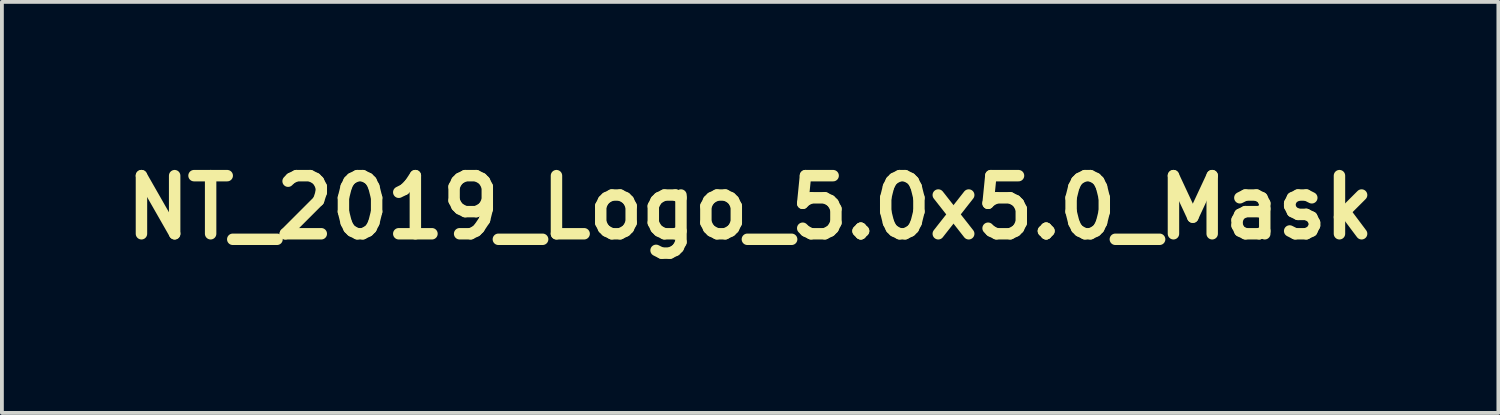
<source format=kicad_pcb>
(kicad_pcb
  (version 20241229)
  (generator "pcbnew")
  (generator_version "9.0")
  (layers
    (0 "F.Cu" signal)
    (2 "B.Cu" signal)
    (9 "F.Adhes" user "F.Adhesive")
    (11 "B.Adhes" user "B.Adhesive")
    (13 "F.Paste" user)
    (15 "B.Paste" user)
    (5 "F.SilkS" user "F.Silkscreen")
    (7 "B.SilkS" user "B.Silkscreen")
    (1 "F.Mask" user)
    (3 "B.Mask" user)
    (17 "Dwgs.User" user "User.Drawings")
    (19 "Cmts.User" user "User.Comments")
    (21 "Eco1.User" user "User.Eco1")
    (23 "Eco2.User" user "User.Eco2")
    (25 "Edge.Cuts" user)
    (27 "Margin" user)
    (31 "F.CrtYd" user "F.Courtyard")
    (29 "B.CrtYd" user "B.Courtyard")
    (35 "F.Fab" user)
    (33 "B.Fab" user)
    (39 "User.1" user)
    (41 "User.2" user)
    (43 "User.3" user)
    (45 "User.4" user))
  (footprint "NT_2019_Logo_5.0x5.0_Mask"
    (layer "F.Cu")
    (at 16.626 2.392)
    (property "Reference" "NT_2019_Logo_5.0x5.0_Mask" (at 0 0 0) (layer "F.SilkS") (effects (font (size 1.524 1.524) (thickness 0.3))))
    (attr through_hole)
    (fp_poly (pts (xy -1.482 1.073) (xy -1.493 1.084) (xy -1.505 1.073) (xy -1.493 1.062) (xy -1.482 1.073)) (stroke (width 0.01) (type solid)) (fill yes) (layer "F.Mask"))
    (fp_poly (pts (xy 1.195 1.405) (xy 1.184 1.416) (xy 1.173 1.405) (xy 1.184 1.394) (xy 1.195 1.405)) (stroke (width 0.01) (type solid)) (fill yes) (layer "F.Mask"))
    (fp_poly (pts (xy 1.195 1.449) (xy 1.184 1.46) (xy 1.173 1.449) (xy 1.184 1.438) (xy 1.195 1.449)) (stroke (width 0.01) (type solid)) (fill yes) (layer "F.Mask"))
    (fp_poly (pts (xy 1.195 1.493) (xy 1.184 1.505) (xy 1.173 1.493) (xy 1.184 1.482) (xy 1.195 1.493)) (stroke (width 0.01) (type solid)) (fill yes) (layer "F.Mask"))
    (fp_poly (pts (xy 1.195 1.538) (xy 1.184 1.549) (xy 1.173 1.538) (xy 1.184 1.527) (xy 1.195 1.538)) (stroke (width 0.01) (type solid)) (fill yes) (layer "F.Mask"))
    (fp_poly (pts (xy 1.217 1.825) (xy 1.206 1.836) (xy 1.195 1.825) (xy 1.206 1.814) (xy 1.217 1.825)) (stroke (width 0.01) (type solid)) (fill yes) (layer "F.Mask"))
    (fp_poly (pts (xy 1.217 1.87) (xy 1.206 1.881) (xy 1.195 1.87) (xy 1.206 1.859) (xy 1.217 1.87)) (stroke (width 0.01) (type solid)) (fill yes) (layer "F.Mask"))
    (fp_poly (pts (xy 1.217 1.914) (xy 1.206 1.925) (xy 1.195 1.914) (xy 1.206 1.903) (xy 1.217 1.914)) (stroke (width 0.01) (type solid)) (fill yes) (layer "F.Mask"))
    (fp_poly (pts (xy 1.217 1.958) (xy 1.206 1.969) (xy 1.195 1.958) (xy 1.206 1.947) (xy 1.217 1.958)) (stroke (width 0.01) (type solid)) (fill yes) (layer "F.Mask"))
    (fp_poly (pts (xy 1.239 1.56) (xy 1.228 1.571) (xy 1.217 1.56) (xy 1.228 1.549) (xy 1.239 1.56)) (stroke (width 0.01) (type solid)) (fill yes) (layer "F.Mask"))
    (fp_poly (pts (xy 1.239 1.604) (xy 1.228 1.615) (xy 1.217 1.604) (xy 1.228 1.593) (xy 1.239 1.604)) (stroke (width 0.01) (type solid)) (fill yes) (layer "F.Mask"))
    (fp_poly (pts (xy 1.239 1.648) (xy 1.228 1.659) (xy 1.217 1.648) (xy 1.228 1.637) (xy 1.239 1.648)) (stroke (width 0.01) (type solid)) (fill yes) (layer "F.Mask"))
    (fp_poly (pts (xy 1.261 2.024) (xy 1.25 2.036) (xy 1.239 2.024) (xy 1.25 2.013) (xy 1.261 2.024)) (stroke (width 0.01) (type solid)) (fill yes) (layer "F.Mask"))
    (fp_poly (pts (xy 1.261 2.069) (xy 1.25 2.08) (xy 1.239 2.069) (xy 1.25 2.058) (xy 1.261 2.069)) (stroke (width 0.01) (type solid)) (fill yes) (layer "F.Mask"))
    (fp_poly (pts (xy 1.261 2.113) (xy 1.25 2.124) (xy 1.239 2.113) (xy 1.25 2.102) (xy 1.261 2.113)) (stroke (width 0.01) (type solid)) (fill yes) (layer "F.Mask"))
    (fp_poly (pts (xy 1.165 -2.006) (xy 1.162 -1.993) (xy 1.151 -1.991) (xy 1.132 -1.999) (xy 1.136 -2.006) (xy 1.162 -2.009) (xy 1.165 -2.006)) (stroke (width 0.01) (type solid)) (fill yes) (layer "F.Mask"))
    (fp_poly (pts (xy 0.641 0.703) (xy 0.642 0.708) (xy 0.625 0.729) (xy 0.618 0.73) (xy 0.605 0.717) (xy 0.608 0.708) (xy 0.628 0.687) (xy 0.632 0.686) (xy 0.641 0.703)) (stroke (width 0.01) (type solid)) (fill yes) (layer "F.Mask"))
    (fp_poly (pts (xy 1.319 -2.132) (xy 1.294 -2.102) (xy 1.261 -2.069) (xy 1.243 -2.058) (xy 1.248 -2.071) (xy 1.272 -2.102) (xy 1.305 -2.135) (xy 1.323 -2.146) (xy 1.319 -2.132)) (stroke (width 0.01) (type solid)) (fill yes) (layer "F.Mask"))
    (fp_poly (pts (xy -0.939 1.3) (xy -0.986 1.35) (xy -1.011 1.37) (xy -1.018 1.365) (xy -1.018 1.365) (xy -1.003 1.347) (xy -0.966 1.311) (xy -0.946 1.293) (xy -0.874 1.228) (xy -0.939 1.3)) (stroke (width 0.01) (type solid)) (fill yes) (layer "F.Mask"))
    (fp_poly (pts (xy -0.414 0.766) (xy -0.409 0.795) (xy -0.424 0.829) (xy -0.444 0.841) (xy -0.471 0.825) (xy -0.474 0.821) (xy -0.471 0.795) (xy -0.447 0.77) (xy -0.42 0.762) (xy -0.414 0.766)) (stroke (width 0.01) (type solid)) (fill yes) (layer "F.Mask"))
    (fp_poly (pts (xy -0.708 1.209) (xy -0.667 1.247) (xy -0.62 1.294) (xy -0.571 1.345) (xy -0.54 1.381) (xy -0.533 1.394) (xy -0.553 1.379) (xy -0.594 1.341) (xy -0.642 1.294) (xy -0.69 1.243) (xy -0.721 1.207) (xy -0.728 1.195) (xy -0.708 1.209)) (stroke (width 0.01) (type solid)) (fill yes) (layer "F.Mask"))
    (fp_poly (pts (xy -0.629 0.965) (xy -0.657 0.999) (xy -0.664 1.007) (xy -0.702 1.044) (xy -0.725 1.062) (xy -0.727 1.062) (xy -0.721 1.048) (xy -0.693 1.014) (xy -0.686 1.007) (xy -0.648 0.969) (xy -0.624 0.952) (xy -0.623 0.951) (xy -0.629 0.965)) (stroke (width 0.01) (type solid)) (fill yes) (layer "F.Mask"))
    (fp_poly (pts (xy 1.849 1.85) (xy 1.818 1.886) (xy 1.792 1.914) (xy 1.746 1.959) (xy 1.714 1.987) (xy 1.706 1.991) (xy 1.713 1.977) (xy 1.744 1.941) (xy 1.77 1.914) (xy 1.816 1.869) (xy 1.848 1.841) (xy 1.856 1.836) (xy 1.849 1.85)) (stroke (width 0.01) (type solid)) (fill yes) (layer "F.Mask"))
    (fp_poly (pts (xy 1.587 -1.87) (xy 1.68 -1.78) (xy 1.744 -1.717) (xy 1.785 -1.675) (xy 1.806 -1.651) (xy 1.812 -1.64) (xy 1.808 -1.637) (xy 1.792 -1.652) (xy 1.75 -1.693) (xy 1.688 -1.755) (xy 1.613 -1.832) (xy 1.582 -1.864) (xy 1.361 -2.091) (xy 1.587 -1.87)) (stroke (width 0.01) (type solid)) (fill yes) (layer "F.Mask"))
    (fp_poly (pts (xy -1.535 0.4) (xy -1.516 0.415) (xy -1.441 0.479) (xy -1.368 0.546) (xy -1.302 0.611) (xy -1.252 0.666) (xy -1.223 0.704) (xy -1.219 0.718) (xy -1.238 0.707) (xy -1.281 0.67) (xy -1.342 0.612) (xy -1.416 0.539) (xy -1.428 0.526) (xy -1.503 0.449) (xy -1.545 0.403) (xy -1.556 0.386) (xy -1.535 0.4)) (stroke (width 0.01) (type solid)) (fill yes) (layer "F.Mask"))
    (fp_poly (pts (xy -1.13 0.811) (xy -1.087 0.851) (xy -1.027 0.909) (xy -0.974 0.962) (xy -0.907 1.03) (xy -0.856 1.085) (xy -0.825 1.119) (xy -0.82 1.128) (xy -0.839 1.114) (xy -0.882 1.074) (xy -0.942 1.015) (xy -0.996 0.962) (xy -1.062 0.895) (xy -1.113 0.84) (xy -1.144 0.806) (xy -1.149 0.797) (xy -1.13 0.811)) (stroke (width 0.01) (type solid)) (fill yes) (layer "F.Mask"))
    (fp_poly (pts (xy -0.074 -0.077) (xy -0.009 -0.044) (xy 0.021 0.01) (xy 0.013 0.081) (xy -0.001 0.112) (xy -0.022 0.137) (xy -0.061 0.15) (xy -0.128 0.155) (xy -0.156 0.155) (xy -0.231 0.153) (xy -0.275 0.145) (xy -0.3 0.125) (xy -0.315 0.098) (xy -0.329 0.044) (xy -0.314 -0.007) (xy -0.308 -0.019) (xy -0.279 -0.056) (xy -0.238 -0.076) (xy -0.168 -0.084) (xy -0.074 -0.077)) (stroke (width 0.01) (type solid)) (fill yes) (layer "F.Mask"))
    (fp_poly (pts (xy -0.619 -1.216) (xy -0.608 -1.173) (xy -0.621 -1.127) (xy -0.658 -1.11) (xy -0.705 -1.118) (xy -0.722 -1.138) (xy -0.724 -1.165) (xy -0.704 -1.165) (xy -0.7 -1.134) (xy -0.671 -1.132) (xy -0.637 -1.154) (xy -0.631 -1.173) (xy -0.644 -1.201) (xy -0.673 -1.203) (xy -0.699 -1.18) (xy -0.704 -1.165) (xy -0.724 -1.165) (xy -0.726 -1.193) (xy -0.7 -1.228) (xy -0.658 -1.235) (xy -0.619 -1.216)) (stroke (width 0.01) (type solid)) (fill yes) (layer "F.Mask"))
    (fp_poly (pts (xy -1.947 1.894) (xy -1.899 1.927) (xy -1.869 1.976) (xy -1.866 2.032) (xy -1.891 2.079) (xy -1.95 2.117) (xy -2.016 2.119) (xy -2.067 2.089) (xy -2.097 2.032) (xy -2.07 2.032) (xy -2.043 2.063) (xy -2.002 2.065) (xy -1.96 2.043) (xy -1.933 2.001) (xy -1.929 1.984) (xy -1.93 1.941) (xy -1.956 1.926) (xy -1.976 1.925) (xy -2.036 1.941) (xy -2.07 1.982) (xy -2.07 2.032) (xy -2.097 2.032) (xy -2.098 2.031) (xy -2.092 1.965) (xy -2.057 1.913) (xy -2.002 1.887) (xy -1.947 1.894)) (stroke (width 0.01) (type solid)) (fill yes) (layer "F.Mask"))
    (fp_poly (pts (xy -1.937 -2.087) (xy -1.887 -2.04) (xy -1.883 -2.033) (xy -1.863 -1.986) (xy -1.869 -1.949) (xy -1.888 -1.916) (xy -1.94 -1.87) (xy -2.003 -1.86) (xy -2.063 -1.889) (xy -2.067 -1.893) (xy -2.098 -1.952) (xy -2.095 -1.987) (xy -2.075 -1.987) (xy -2.069 -1.947) (xy -2.033 -1.925) (xy -1.985 -1.929) (xy -1.945 -1.954) (xy -1.935 -1.972) (xy -1.936 -2.022) (xy -1.964 -2.06) (xy -2.008 -2.071) (xy -2.02 -2.067) (xy -2.056 -2.035) (xy -2.075 -1.987) (xy -2.095 -1.987) (xy -2.093 -2.018) (xy -2.059 -2.067) (xy -1.999 -2.097) (xy -1.937 -2.087)) (stroke (width 0.01) (type solid)) (fill yes) (layer "F.Mask"))
    (fp_poly (pts (xy 2.049 1.888) (xy 2.089 1.915) (xy 2.117 1.967) (xy 2.122 2.032) (xy 2.106 2.088) (xy 2.097 2.097) (xy 2.044 2.123) (xy 1.981 2.119) (xy 1.926 2.087) (xy 1.914 2.072) (xy 1.904 2.042) (xy 1.928 2.042) (xy 1.95 2.056) (xy 1.984 2.054) (xy 2.032 2.039) (xy 2.052 1.999) (xy 2.054 1.984) (xy 2.054 1.94) (xy 2.032 1.927) (xy 1.998 1.929) (xy 1.951 1.944) (xy 1.931 1.984) (xy 1.929 1.998) (xy 1.928 2.042) (xy 1.904 2.042) (xy 1.893 2.009) (xy 1.905 1.952) (xy 1.941 1.907) (xy 1.992 1.883) (xy 2.049 1.888)) (stroke (width 0.01) (type solid)) (fill yes) (layer "F.Mask"))
    (fp_poly (pts (xy 2.069 -2.084) (xy 2.109 -2.038) (xy 2.122 -1.979) (xy 2.104 -1.919) (xy 2.084 -1.895) (xy 2.023 -1.862) (xy 1.964 -1.873) (xy 1.925 -1.903) (xy 1.892 -1.95) (xy 1.884 -1.976) (xy 1.925 -1.976) (xy 1.932 -1.938) (xy 1.961 -1.927) (xy 1.986 -1.929) (xy 2.033 -1.945) (xy 2.052 -1.987) (xy 2.054 -1.997) (xy 2.047 -2.052) (xy 2.026 -2.071) (xy 1.978 -2.07) (xy 1.941 -2.035) (xy 1.925 -1.978) (xy 1.925 -1.976) (xy 1.884 -1.976) (xy 1.881 -1.988) (xy 1.9 -2.04) (xy 1.947 -2.083) (xy 2.005 -2.102) (xy 2.008 -2.102) (xy 2.069 -2.084)) (stroke (width 0.01) (type solid)) (fill yes) (layer "F.Mask"))
    (fp_poly (pts (xy -0.28 -2.387) (xy -0.028 -2.386) (xy 0.225 -2.385) (xy 0.476 -2.383) (xy 0.721 -2.381) (xy 0.955 -2.379) (xy 1.174 -2.376) (xy 1.374 -2.372) (xy 1.551 -2.368) (xy 1.702 -2.364) (xy 1.82 -2.36) (xy 1.904 -2.355) (xy 1.948 -2.35) (xy 1.951 -2.349) (xy 2.1 -2.278) (xy 2.223 -2.176) (xy 2.312 -2.048) (xy 2.378 -1.917) (xy 2.385 -0.035) (xy 2.386 0.31) (xy 2.387 0.614) (xy 2.387 0.879) (xy 2.387 1.109) (xy 2.386 1.306) (xy 2.384 1.473) (xy 2.381 1.614) (xy 2.376 1.73) (xy 2.37 1.825) (xy 2.362 1.902) (xy 2.352 1.963) (xy 2.34 2.012) (xy 2.326 2.051) (xy 2.308 2.083) (xy 2.289 2.112) (xy 2.266 2.139) (xy 2.239 2.169) (xy 2.232 2.177) (xy 2.153 2.249) (xy 2.06 2.311) (xy 2.031 2.326) (xy 1.914 2.378) (xy 0.044 2.383) (xy -0.291 2.383) (xy -0.586 2.384) (xy -0.842 2.384) (xy -1.062 2.383) (xy -1.25 2.383) (xy -1.408 2.381) (xy -1.539 2.38) (xy -1.646 2.378) (xy -1.732 2.375) (xy -1.8 2.371) (xy -1.852 2.367) (xy -1.892 2.362) (xy -1.923 2.357) (xy -1.943 2.352) (xy -2.075 2.291) (xy -2.193 2.196) (xy -2.287 2.076) (xy -2.327 1.996) (xy -2.378 1.87) (xy -2.38 1.443) (xy -2.341 1.443) (xy -2.34 1.623) (xy -2.322 1.792) (xy -2.289 1.941) (xy -2.243 2.059) (xy -2.241 2.063) (xy -2.176 2.159) (xy -2.095 2.232) (xy -1.992 2.285) (xy -1.863 2.32) (xy -1.701 2.339) (xy -1.538 2.344) (xy -1.273 2.345) (xy -1.398 2.22) (xy -1.249 2.22) (xy -1.246 2.255) (xy -1.234 2.289) (xy -1.22 2.283) (xy -1.212 2.27) (xy -1.198 2.222) (xy -1.199 2.201) (xy -1.218 2.182) (xy -1.233 2.186) (xy -1.249 2.22) (xy -1.398 2.22) (xy -1.803 1.814) (xy -2.334 1.283) (xy -2.341 1.443) (xy -2.38 1.443) (xy -2.381 1.24) (xy -2.272 1.24) (xy -2.263 1.263) (xy -2.244 1.285) (xy -2.204 1.329) (xy -2.198 1.318) (xy -2.169 1.318) (xy -1.78 1.705) (xy -1.67 1.815) (xy -1.57 1.917) (xy -1.483 2.008) (xy -1.414 2.081) (xy -1.369 2.132) (xy -1.354 2.152) (xy -1.318 2.213) (xy -1.184 2.079) (xy -1.571 1.693) (xy -1.482 1.693) (xy -1.465 1.736) (xy -1.425 1.776) (xy -1.383 1.792) (xy -1.344 1.778) (xy -1.318 1.757) (xy -1.29 1.717) (xy -1.283 1.693) (xy -1.301 1.649) (xy -1.341 1.609) (xy -1.383 1.593) (xy -1.426 1.611) (xy -1.466 1.651) (xy -1.482 1.693) (xy -1.571 1.693) (xy -1.621 1.643) (xy -1.731 1.533) (xy -1.684 1.533) (xy -1.634 1.585) (xy -1.597 1.621) (xy -1.572 1.637) (xy -1.572 1.637) (xy -1.551 1.622) (xy -1.509 1.583) (xy -1.454 1.528) (xy -1.452 1.525) (xy -1.35 1.525) (xy -1.331 1.548) (xy -1.308 1.559) (xy -1.261 1.594) (xy -1.233 1.654) (xy -1.23 1.721) (xy -1.24 1.751) (xy -1.273 1.798) (xy -1.3 1.822) (xy -1.311 1.839) (xy -1.298 1.867) (xy -1.259 1.914) (xy -1.217 1.958) (xy -1.102 2.075) (xy -1.126 2.189) (xy -1.14 2.258) (xy -1.149 2.309) (xy -1.151 2.325) (xy -1.129 2.33) (xy -1.063 2.333) (xy -0.955 2.337) (xy -0.805 2.339) (xy -0.614 2.341) (xy -0.383 2.342) (xy -0.112 2.342) (xy 0.197 2.341) (xy 0.382 2.34) (xy 0.679 2.339) (xy 0.936 2.338) (xy 1.155 2.337) (xy 1.339 2.335) (xy 1.493 2.334) (xy 1.618 2.332) (xy 1.719 2.329) (xy 1.799 2.326) (xy 1.86 2.322) (xy 1.907 2.318) (xy 1.942 2.312) (xy 1.969 2.305) (xy 1.991 2.298) (xy 2.011 2.289) (xy 2.013 2.288) (xy 2.132 2.211) (xy 2.231 2.103) (xy 2.3 1.977) (xy 2.311 1.944) (xy 2.323 1.884) (xy 2.333 1.802) (xy 2.341 1.706) (xy 2.345 1.606) (xy 2.346 1.51) (xy 2.344 1.427) (xy 2.339 1.367) (xy 2.33 1.338) (xy 2.325 1.338) (xy 2.296 1.336) (xy 2.292 1.33) (xy 2.266 1.327) (xy 2.218 1.343) (xy 2.196 1.354) (xy 2.109 1.381) (xy 1.996 1.392) (xy 1.873 1.386) (xy 1.756 1.364) (xy 1.663 1.33) (xy 1.629 1.316) (xy 1.879 1.316) (xy 1.901 1.319) (xy 1.957 1.321) (xy 1.958 1.321) (xy 2.017 1.32) (xy 2.043 1.316) (xy 2.03 1.312) (xy 1.963 1.308) (xy 1.898 1.311) (xy 1.879 1.316) (xy 1.629 1.316) (xy 1.591 1.3) (xy 2.112 1.3) (xy 2.133 1.304) (xy 2.162 1.3) (xy 2.162 1.292) (xy 2.133 1.287) (xy 2.12 1.29) (xy 2.112 1.3) (xy 1.591 1.3) (xy 1.587 1.298) (xy 1.53 1.295) (xy 1.513 1.299) (xy 1.495 1.308) (xy 1.494 1.321) (xy 1.515 1.341) (xy 1.563 1.372) (xy 1.642 1.417) (xy 1.72 1.46) (xy 1.821 1.515) (xy 1.913 1.562) (xy 1.986 1.596) (xy 2.031 1.614) (xy 2.035 1.615) (xy 2.078 1.631) (xy 2.095 1.657) (xy 2.085 1.698) (xy 2.045 1.757) (xy 1.975 1.838) (xy 1.9 1.916) (xy 1.797 2.017) (xy 1.718 2.083) (xy 1.662 2.117) (xy 1.626 2.119) (xy 1.606 2.09) (xy 1.602 2.056) (xy 1.591 2.014) (xy 1.562 1.945) (xy 1.52 1.856) (xy 1.474 1.768) (xy 1.348 1.538) (xy 1.359 1.704) (xy 1.365 1.804) (xy 1.371 1.927) (xy 1.376 2.051) (xy 1.377 2.091) (xy 1.383 2.312) (xy 1.139 2.312) (xy 1.124 2.113) (xy 1.116 2.009) (xy 1.108 1.878) (xy 1.099 1.739) (xy 1.092 1.626) (xy 1.085 1.511) (xy 1.078 1.437) (xy 1.072 1.409) (xy 1.153 1.409) (xy 1.153 1.462) (xy 1.157 1.54) (xy 1.162 1.646) (xy 1.171 1.786) (xy 1.182 1.964) (xy 1.186 2.041) (xy 1.2 2.257) (xy 1.265 2.257) (xy 1.308 2.254) (xy 1.324 2.236) (xy 1.322 2.191) (xy 1.319 2.174) (xy 1.314 2.124) (xy 1.308 2.039) (xy 1.302 1.929) (xy 1.296 1.804) (xy 1.293 1.715) (xy 1.287 1.589) (xy 1.28 1.479) (xy 1.273 1.391) (xy 1.266 1.335) (xy 1.335 1.335) (xy 1.34 1.358) (xy 1.363 1.411) (xy 1.4 1.488) (xy 1.446 1.579) (xy 1.497 1.676) (xy 1.55 1.773) (xy 1.599 1.861) (xy 1.641 1.931) (xy 1.672 1.977) (xy 1.686 1.991) (xy 1.694 2.004) (xy 1.682 2.024) (xy 1.657 2.057) (xy 1.66 2.059) (xy 1.69 2.033) (xy 1.743 1.981) (xy 1.818 1.906) (xy 1.859 1.864) (xy 1.921 1.8) (xy 1.961 1.757) (xy 1.975 1.74) (xy 1.961 1.75) (xy 1.953 1.758) (xy 1.903 1.801) (xy 1.869 1.823) (xy 1.859 1.823) (xy 1.873 1.793) (xy 1.909 1.752) (xy 1.914 1.748) (xy 1.951 1.709) (xy 1.969 1.683) (xy 1.969 1.682) (xy 1.951 1.666) (xy 1.902 1.634) (xy 1.829 1.591) (xy 1.741 1.541) (xy 1.646 1.489) (xy 1.551 1.437) (xy 1.464 1.392) (xy 1.394 1.358) (xy 1.349 1.337) (xy 1.335 1.335) (xy 1.266 1.335) (xy 1.266 1.335) (xy 1.261 1.316) (xy 1.249 1.294) (xy 1.416 1.294) (xy 1.427 1.305) (xy 1.438 1.294) (xy 1.427 1.283) (xy 1.416 1.294) (xy 1.249 1.294) (xy 1.239 1.276) (xy 1.233 1.261) (xy 1.228 1.255) (xy 1.23 1.286) (xy 1.23 1.289) (xy 1.23 1.333) (xy 1.206 1.349) (xy 1.192 1.35) (xy 1.178 1.349) (xy 1.168 1.35) (xy 1.16 1.357) (xy 1.155 1.375) (xy 1.153 1.409) (xy 1.072 1.409) (xy 1.072 1.405) (xy 1.065 1.412) (xy 1.062 1.427) (xy 1.034 1.533) (xy 0.988 1.621) (xy 0.931 1.678) (xy 0.916 1.686) (xy 0.871 1.699) (xy 0.834 1.683) (xy 0.814 1.665) (xy 0.782 1.606) (xy 0.769 1.522) (xy 0.769 1.514) (xy 0.828 1.514) (xy 0.839 1.588) (xy 0.843 1.597) (xy 0.869 1.647) (xy 0.888 1.596) (xy 0.909 1.563) (xy 0.928 1.559) (xy 0.956 1.555) (xy 0.964 1.546) (xy 0.968 1.53) (xy 0.951 1.538) (xy 0.932 1.543) (xy 0.938 1.515) (xy 0.938 1.514) (xy 0.951 1.471) (xy 0.974 1.471) (xy 0.985 1.482) (xy 0.996 1.471) (xy 0.985 1.46) (xy 0.974 1.471) (xy 0.951 1.471) (xy 0.952 1.467) (xy 0.967 1.397) (xy 0.972 1.366) (xy 0.973 1.359) (xy 0.997 1.359) (xy 1.001 1.388) (xy 1.009 1.388) (xy 1.014 1.358) (xy 1.011 1.346) (xy 1.001 1.337) (xy 0.997 1.359) (xy 0.973 1.359) (xy 0.977 1.294) (xy 0.963 1.261) (xy 0.935 1.269) (xy 0.894 1.318) (xy 0.887 1.33) (xy 0.844 1.423) (xy 0.828 1.514) (xy 0.769 1.514) (xy 0.775 1.429) (xy 0.801 1.341) (xy 0.807 1.329) (xy 0.829 1.283) (xy 0.826 1.265) (xy 0.796 1.261) (xy 0.787 1.261) (xy 0.688 1.243) (xy 0.595 1.195) (xy 0.521 1.125) (xy 0.478 1.043) (xy 0.474 1.026) (xy 0.469 1.007) (xy 0.537 1.007) (xy 0.576 1.063) (xy 0.582 1.069) (xy 0.609 1.096) (xy 0.604 1.096) (xy 0.587 1.084) (xy 0.557 1.063) (xy 0.557 1.068) (xy 0.583 1.099) (xy 0.626 1.132) (xy 0.658 1.134) (xy 0.682 1.132) (xy 0.68 1.142) (xy 0.691 1.154) (xy 0.736 1.158) (xy 0.76 1.158) (xy 0.852 1.154) (xy 0.774 1.171) (xy 0.727 1.183) (xy 0.72 1.189) (xy 0.751 1.191) (xy 0.759 1.192) (xy 0.822 1.186) (xy 0.824 1.185) (xy 0.951 1.185) (xy 0.966 1.224) (xy 0.997 1.239) (xy 1.015 1.213) (xy 1.015 1.213) (xy 1.043 1.213) (xy 1.063 1.238) (xy 1.073 1.239) (xy 1.097 1.224) (xy 1.105 1.174) (xy 1.106 1.157) (xy 1.128 1.157) (xy 1.13 1.238) (xy 1.137 1.284) (xy 1.151 1.303) (xy 1.164 1.305) (xy 1.184 1.299) (xy 1.192 1.274) (xy 1.189 1.221) (xy 1.184 1.178) (xy 1.17 1.089) (xy 1.165 1.073) (xy 1.204 1.073) (xy 1.218 1.125) (xy 1.251 1.209) (xy 1.252 1.212) (xy 1.276 1.26) (xy 1.299 1.272) (xy 1.325 1.262) (xy 1.343 1.251) (xy 1.669 1.251) (xy 1.671 1.261) (xy 1.694 1.28) (xy 1.72 1.283) (xy 1.726 1.275) (xy 1.708 1.26) (xy 1.691 1.253) (xy 1.669 1.251) (xy 1.343 1.251) (xy 1.35 1.247) (xy 1.355 1.228) (xy 1.46 1.228) (xy 1.471 1.239) (xy 1.482 1.228) (xy 1.471 1.217) (xy 1.46 1.228) (xy 1.355 1.228) (xy 1.355 1.227) (xy 1.341 1.191) (xy 1.321 1.155) (xy 1.395 1.155) (xy 1.411 1.166) (xy 1.431 1.184) (xy 1.429 1.191) (xy 1.441 1.202) (xy 1.473 1.206) (xy 1.517 1.193) (xy 1.523 1.178) (xy 1.597 1.178) (xy 1.615 1.218) (xy 1.637 1.23) (xy 1.696 1.239) (xy 1.745 1.254) (xy 1.773 1.271) (xy 1.77 1.283) (xy 1.775 1.29) (xy 1.815 1.292) (xy 1.882 1.289) (xy 1.969 1.281) (xy 2.065 1.27) (xy 2.08 1.267) (xy 2.145 1.259) (xy 2.192 1.253) (xy 2.201 1.252) (xy 2.219 1.236) (xy 2.219 1.228) (xy 2.279 1.228) (xy 2.29 1.239) (xy 2.301 1.228) (xy 2.29 1.217) (xy 2.279 1.228) (xy 2.219 1.228) (xy 2.218 1.187) (xy 2.216 1.177) (xy 2.191 1.15) (xy 2.134 1.121) (xy 2.055 1.095) (xy 1.966 1.075) (xy 1.903 1.068) (xy 1.787 1.067) (xy 1.694 1.083) (xy 1.628 1.113) (xy 1.598 1.156) (xy 1.597 1.178) (xy 1.523 1.178) (xy 1.527 1.169) (xy 1.508 1.133) (xy 1.467 1.114) (xy 1.423 1.118) (xy 1.408 1.129) (xy 1.395 1.155) (xy 1.321 1.155) (xy 1.313 1.14) (xy 1.275 1.083) (xy 1.257 1.064) (xy 1.334 1.064) (xy 1.338 1.086) (xy 1.34 1.091) (xy 1.358 1.118) (xy 1.368 1.118) (xy 1.365 1.095) (xy 1.352 1.078) (xy 1.334 1.064) (xy 1.257 1.064) (xy 1.24 1.047) (xy 1.225 1.04) (xy 1.206 1.047) (xy 1.204 1.073) (xy 1.165 1.073) (xy 1.156 1.041) (xy 1.142 1.034) (xy 1.133 1.069) (xy 1.128 1.146) (xy 1.128 1.157) (xy 1.106 1.157) (xy 1.106 1.156) (xy 1.104 1.104) (xy 1.096 1.091) (xy 1.078 1.109) (xy 1.072 1.116) (xy 1.046 1.168) (xy 1.043 1.213) (xy 1.015 1.213) (xy 1.018 1.189) (xy 1.03 1.132) (xy 1.053 1.088) (xy 1.078 1.042) (xy 1.072 1.026) (xy 1.042 1.04) (xy 1.008 1.07) (xy 0.965 1.129) (xy 0.951 1.185) (xy 0.824 1.185) (xy 0.864 1.172) (xy 0.9 1.135) (xy 0.902 1.089) (xy 0.875 1.039) (xy 0.852 1.016) (xy 1.283 1.016) (xy 1.291 1.031) (xy 1.322 1.043) (xy 1.385 1.056) (xy 1.399 1.059) (xy 1.414 1.044) (xy 1.416 1.029) (xy 1.396 1.002) (xy 1.35 0.996) (xy 1.303 1.002) (xy 1.283 1.016) (xy 1.283 1.016) (xy 0.852 1.016) (xy 0.828 0.992) (xy 0.766 0.952) (xy 0.697 0.926) (xy 0.627 0.921) (xy 0.584 0.93) (xy 0.54 0.962) (xy 0.537 1.007) (xy 0.469 1.007) (xy 0.462 0.977) (xy 0.444 0.965) (xy 0.406 0.98) (xy 0.401 0.983) (xy 0.311 1.017) (xy 0.192 1.042) (xy 0.063 1.056) (xy -0.062 1.057) (xy -0.085 1.056) (xy -0.186 1.042) (xy -0.288 1.017) (xy -0.404 0.977) (xy -0.49 0.942) (xy -0.497 0.951) (xy -0.487 0.995) (xy -0.458 1.074) (xy -0.411 1.19) (xy -0.352 1.329) (xy -0.278 1.503) (xy -0.224 1.638) (xy -0.191 1.735) (xy -0.179 1.796) (xy -0.19 1.821) (xy -0.225 1.813) (xy -0.283 1.771) (xy -0.366 1.697) (xy -0.475 1.593) (xy -0.511 1.557) (xy -0.797 1.274) (xy -0.96 1.437) (xy -0.909 1.492) (xy -0.872 1.546) (xy -0.878 1.586) (xy -0.926 1.614) (xy -0.966 1.623) (xy -1.07 1.636) (xy -1.145 1.633) (xy -1.2 1.613) (xy -1.249 1.572) (xy -1.25 1.571) (xy -1.265 1.558) (xy -1.143 1.558) (xy -1.117 1.568) (xy -1.057 1.571) (xy -1.053 1.571) (xy -0.994 1.568) (xy -0.958 1.56) (xy -0.953 1.554) (xy -0.97 1.532) (xy -1.01 1.492) (xy -1.042 1.463) (xy -1.128 1.389) (xy -1.128 1.445) (xy -1.134 1.503) (xy -1.142 1.536) (xy -1.143 1.558) (xy -1.265 1.558) (xy -1.305 1.52) (xy -1.339 1.505) (xy -1.35 1.525) (xy -1.452 1.525) (xy -1.448 1.521) (xy -1.4 1.469) (xy -1.382 1.447) (xy -1.393 1.455) (xy -1.425 1.483) (xy -1.512 1.56) (xy -1.45 1.477) (xy -1.414 1.415) (xy -1.408 1.387) (xy -1.328 1.387) (xy -1.313 1.411) (xy -1.278 1.454) (xy -1.257 1.476) (xy -1.205 1.52) (xy -1.172 1.524) (xy -1.155 1.487) (xy -1.151 1.433) (xy -1.155 1.394) (xy -1.175 1.376) (xy -1.225 1.372) (xy -1.239 1.372) (xy -1.294 1.375) (xy -1.325 1.384) (xy -1.328 1.387) (xy -1.408 1.387) (xy -1.403 1.363) (xy -1.413 1.34) (xy -1.367 1.34) (xy -1.145 1.35) (xy -1.242 1.263) (xy -1.294 1.218) (xy -1.33 1.188) (xy -1.341 1.18) (xy -1.346 1.202) (xy -1.354 1.251) (xy -1.355 1.262) (xy -1.367 1.34) (xy -1.413 1.34) (xy -1.417 1.332) (xy -1.435 1.328) (xy -1.461 1.341) (xy -1.508 1.378) (xy -1.568 1.429) (xy -1.57 1.43) (xy -1.684 1.533) (xy -1.731 1.533) (xy -1.914 1.35) (xy -1.792 1.35) (xy -1.775 1.416) (xy -1.733 1.454) (xy -1.675 1.458) (xy -1.613 1.425) (xy -1.611 1.424) (xy -1.574 1.367) (xy -1.574 1.309) (xy -1.607 1.263) (xy -1.667 1.24) (xy -1.682 1.239) (xy -1.749 1.255) (xy -1.785 1.302) (xy -1.792 1.35) (xy -1.914 1.35) (xy -2.057 1.206) (xy -2.169 1.318) (xy -2.198 1.318) (xy -2.177 1.279) (xy -2.161 1.24) (xy -2.172 1.224) (xy -2.182 1.221) (xy -2.232 1.222) (xy -2.25 1.227) (xy -2.272 1.24) (xy -2.381 1.24) (xy -2.381 1.172) (xy -2.348 1.172) (xy -2.024 1.146) (xy -1.874 1.303) (xy -1.813 1.238) (xy -1.76 1.195) (xy -1.709 1.173) (xy -1.7 1.173) (xy -1.67 1.169) (xy -1.656 1.151) (xy -1.655 1.145) (xy -1.571 1.145) (xy -1.557 1.163) (xy -1.522 1.204) (xy -1.488 1.242) (xy -1.405 1.334) (xy -1.391 1.27) (xy -1.38 1.212) (xy -1.374 1.173) (xy -1.385 1.151) (xy -1.425 1.141) (xy -1.471 1.139) (xy -1.531 1.141) (xy -1.566 1.143) (xy -1.571 1.145) (xy -1.655 1.145) (xy -1.653 1.108) (xy -1.653 1.106) (xy -1.593 1.106) (xy -1.505 1.106) (xy -1.449 1.105) (xy -1.418 1.101) (xy -1.416 1.1) (xy -1.43 1.082) (xy -1.468 1.043) (xy -1.492 1.019) (xy -1.447 1.019) (xy -1.25 1.217) (xy -1.174 1.292) (xy -1.11 1.354) (xy -1.064 1.398) (xy -1.042 1.416) (xy -1.041 1.416) (xy -1.021 1.402) (xy -0.979 1.364) (xy -0.924 1.312) (xy -0.818 1.207) (xy -0.831 1.195) (xy -0.785 1.195) (xy -0.532 1.448) (xy -0.446 1.533) (xy -0.373 1.605) (xy -0.316 1.659) (xy -0.281 1.69) (xy -0.272 1.696) (xy -0.279 1.674) (xy -0.3 1.619) (xy -0.333 1.537) (xy -0.376 1.435) (xy -0.412 1.348) (xy -0.461 1.234) (xy -0.504 1.136) (xy -0.539 1.058) (xy -0.561 1.01) (xy -0.568 0.997) (xy -0.587 1.006) (xy -0.627 1.04) (xy -0.681 1.091) (xy -0.785 1.195) (xy -0.831 1.195) (xy -1.023 1.002) (xy -1.1 0.925) (xy -1.167 0.862) (xy -1.216 0.817) (xy -1.242 0.797) (xy -1.243 0.797) (xy -1.182 0.797) (xy -0.995 0.985) (xy -0.808 1.173) (xy -0.587 0.952) (xy -0.743 0.795) (xy -0.553 0.795) (xy -0.535 0.816) (xy -0.519 0.819) (xy -0.496 0.83) (xy -0.499 0.842) (xy -0.493 0.858) (xy -0.45 0.859) (xy -0.399 0.842) (xy -0.383 0.809) (xy -0.354 0.809) (xy -0.343 0.832) (xy -0.332 0.83) (xy -0.319 0.812) (xy -0.281 0.812) (xy -0.241 0.829) (xy -0.216 0.836) (xy -0.164 0.86) (xy -0.145 0.889) (xy -0.161 0.915) (xy -0.194 0.925) (xy -0.236 0.94) (xy -0.238 0.96) (xy -0.202 0.973) (xy -0.188 0.974) (xy -0.143 0.961) (xy -0.119 0.915) (xy -0.119 0.915) (xy -0.119 0.908) (xy -0.055 0.908) (xy -0.035 0.935) (xy 0.019 0.953) (xy 0.022 0.954) (xy 0.078 0.964) (xy 0.114 0.97) (xy 0.116 0.971) (xy 0.132 0.957) (xy 0.133 0.951) (xy 0.114 0.936) (xy 0.068 0.929) (xy 0.009 0.921) (xy -0.009 0.9) (xy 0.016 0.869) (xy 0.046 0.851) (xy 0.067 0.838) (xy 0.144 0.838) (xy 0.203 0.839) (xy 0.254 0.849) (xy 0.279 0.869) (xy 0.271 0.891) (xy 0.256 0.899) (xy 0.226 0.921) (xy 0.221 0.932) (xy 0.237 0.94) (xy 0.266 0.929) (xy 0.301 0.899) (xy 0.31 0.876) (xy 0.292 0.831) (xy 0.247 0.81) (xy 0.196 0.817) (xy 0.144 0.838) (xy 0.067 0.838) (xy 0.088 0.825) (xy 0.104 0.805) (xy 0.103 0.803) (xy 0.076 0.804) (xy 0.032 0.825) (xy -0.014 0.857) (xy -0.047 0.89) (xy -0.055 0.908) (xy -0.119 0.908) (xy -0.123 0.855) (xy -0.162 0.814) (xy -0.231 0.797) (xy -0.237 0.797) (xy -0.28 0.801) (xy -0.281 0.812) (xy -0.319 0.812) (xy -0.311 0.801) (xy -0.31 0.795) (xy -0.321 0.782) (xy 0.31 0.782) (xy 0.326 0.792) (xy 0.343 0.789) (xy 0.371 0.791) (xy 0.376 0.804) (xy 0.391 0.842) (xy 0.423 0.876) (xy 0.445 0.885) (xy 0.478 0.878) (xy 0.496 0.872) (xy 0.529 0.849) (xy 0.523 0.832) (xy 0.486 0.83) (xy 0.476 0.832) (xy 0.435 0.836) (xy 0.421 0.814) (xy 0.42 0.798) (xy 0.434 0.755) (xy 0.454 0.738) (xy 0.483 0.717) (xy 0.487 0.707) (xy 0.469 0.704) (xy 0.424 0.716) (xy 0.398 0.726) (xy 0.345 0.753) (xy 0.313 0.776) (xy 0.31 0.782) (xy -0.321 0.782) (xy -0.327 0.775) (xy -0.332 0.774) (xy -0.351 0.792) (xy -0.354 0.809) (xy -0.383 0.809) (xy -0.38 0.802) (xy -0.388 0.748) (xy -0.406 0.719) (xy -0.441 0.694) (xy -0.47 0.686) (xy -0.48 0.698) (xy -0.475 0.709) (xy -0.475 0.741) (xy -0.496 0.773) (xy -0.524 0.787) (xy -0.534 0.784) (xy -0.552 0.788) (xy -0.553 0.795) (xy -0.743 0.795) (xy -0.763 0.775) (xy -0.836 0.704) (xy -0.898 0.646) (xy -0.899 0.645) (xy -0.73 0.645) (xy -0.716 0.663) (xy -0.688 0.656) (xy -0.675 0.642) (xy -0.648 0.619) (xy -0.629 0.632) (xy -0.631 0.665) (xy -0.631 0.706) (xy -0.616 0.749) (xy -0.593 0.774) (xy -0.589 0.774) (xy -0.587 0.754) (xy -0.585 0.704) (xy -0.585 0.683) (xy 0.523 0.683) (xy 0.549 0.675) (xy 0.567 0.662) (xy 0.593 0.644) (xy 0.594 0.659) (xy 0.588 0.68) (xy 0.582 0.737) (xy 0.606 0.768) (xy 0.638 0.769) (xy 0.666 0.744) (xy 0.67 0.7) (xy 0.671 0.659) (xy 0.684 0.655) (xy 0.698 0.665) (xy 0.724 0.678) (xy 0.728 0.662) (xy 0.708 0.621) (xy 0.695 0.602) (xy 0.661 0.569) (xy 0.635 0.569) (xy 0.63 0.601) (xy 0.634 0.615) (xy 0.639 0.639) (xy 0.626 0.624) (xy 0.623 0.62) (xy 0.601 0.601) (xy 0.574 0.613) (xy 0.554 0.629) (xy 0.524 0.666) (xy 0.523 0.683) (xy -0.585 0.683) (xy -0.584 0.663) (xy -0.586 0.601) (xy -0.591 0.564) (xy -0.596 0.559) (xy -0.623 0.573) (xy -0.669 0.596) (xy -0.712 0.623) (xy -0.73 0.645) (xy -0.73 0.645) (xy -0.899 0.645) (xy -0.943 0.609) (xy -0.963 0.597) (xy -0.99 0.612) (xy -1.036 0.651) (xy -1.084 0.697) (xy -1.182 0.797) (xy -1.243 0.797) (xy -1.244 0.797) (xy -1.259 0.814) (xy -1.261 0.828) (xy -1.277 0.859) (xy -1.317 0.905) (xy -1.354 0.939) (xy -1.447 1.019) (xy -1.492 1.019) (xy -1.505 1.007) (xy -1.593 0.92) (xy -1.593 1.106) (xy -1.653 1.106) (xy -1.656 1.061) (xy -1.657 0.96) (xy -1.647 0.887) (xy -1.625 0.846) (xy -1.611 0.841) (xy -1.578 0.855) (xy -1.534 0.889) (xy -1.533 0.889) (xy -1.482 0.938) (xy -1.393 0.851) (xy -1.305 0.765) (xy -1.548 0.52) (xy -1.632 0.435) (xy -1.704 0.358) (xy -1.757 0.297) (xy -1.76 0.294) (xy -1.659 0.294) (xy -1.656 0.304) (xy -1.626 0.341) (xy -1.573 0.399) (xy -1.503 0.474) (xy -1.45 0.528) (xy -1.366 0.612) (xy -1.293 0.684) (xy -1.236 0.738) (xy -1.202 0.769) (xy -1.194 0.774) (xy -1.173 0.76) (xy -1.132 0.722) (xy -1.085 0.675) (xy -1.036 0.623) (xy -1.004 0.584) (xy -0.997 0.568) (xy -1.019 0.557) (xy -1.073 0.534) (xy -1.095 0.525) (xy -0.828 0.525) (xy -0.826 0.544) (xy -0.8 0.565) (xy -0.755 0.571) (xy -0.711 0.563) (xy -0.687 0.543) (xy -0.686 0.537) (xy -0.671 0.511) (xy -0.662 0.509) (xy -0.65 0.495) (xy -0.655 0.482) (xy -0.658 0.48) (xy 0.688 0.48) (xy 0.694 0.504) (xy 0.716 0.509) (xy 0.755 0.524) (xy 0.774 0.542) (xy 0.802 0.57) (xy 0.813 0.575) (xy 0.816 0.559) (xy 0.811 0.542) (xy 0.813 0.514) (xy 0.827 0.509) (xy 0.863 0.494) (xy 0.896 0.465) (xy 0.921 0.431) (xy 0.914 0.423) (xy 0.877 0.44) (xy 0.842 0.464) (xy 0.788 0.492) (xy 0.758 0.485) (xy 0.752 0.461) (xy 0.77 0.445) (xy 0.785 0.443) (xy 0.815 0.437) (xy 0.819 0.433) (xy 0.826 0.407) (xy 0.833 0.387) (xy 0.835 0.368) (xy 0.815 0.373) (xy 0.767 0.401) (xy 0.713 0.444) (xy 0.688 0.48) (xy -0.658 0.48) (xy -0.672 0.467) (xy -0.681 0.482) (xy -0.708 0.507) (xy -0.721 0.509) (xy -0.749 0.522) (xy -0.752 0.532) (xy -0.766 0.544) (xy -0.779 0.539) (xy -0.794 0.523) (xy -0.779 0.514) (xy -0.762 0.493) (xy -0.765 0.484) (xy -0.788 0.475) (xy -0.813 0.493) (xy -0.828 0.525) (xy -1.095 0.525) (xy -1.152 0.501) (xy -1.246 0.462) (xy -1.348 0.42) (xy -1.448 0.378) (xy -1.539 0.342) (xy -1.612 0.312) (xy -1.658 0.294) (xy -1.659 0.294) (xy -1.76 0.294) (xy -1.787 0.258) (xy -1.792 0.248) (xy -1.79 0.229) (xy -1.78 0.217) (xy -1.76 0.212) (xy -1.726 0.217) (xy -1.673 0.231) (xy -1.6 0.256) (xy -1.501 0.293) (xy -1.373 0.343) (xy -1.214 0.409) (xy -1.018 0.489) (xy -0.933 0.525) (xy -0.918 0.523) (xy -0.927 0.491) (xy -0.939 0.467) (xy -0.863 0.467) (xy -0.848 0.473) (xy -0.815 0.455) (xy -0.769 0.434) (xy -0.737 0.446) (xy -0.712 0.458) (xy -0.709 0.443) (xy -0.724 0.412) (xy -0.746 0.386) (xy -0.776 0.362) (xy -0.791 0.373) (xy -0.793 0.379) (xy -0.82 0.417) (xy -0.833 0.427) (xy -0.86 0.455) (xy -0.863 0.467) (xy -0.939 0.467) (xy -0.942 0.462) (xy -0.997 0.317) (xy -1.03 0.148) (xy -1.039 -0.028) (xy -1.029 -0.134) (xy -0.907 -0.134) (xy -0.903 -0.112) (xy -0.885 -0.099) (xy -0.843 -0.09) (xy -0.77 -0.086) (xy -0.725 -0.084) (xy -0.631 -0.079) (xy -0.575 -0.071) (xy -0.548 -0.059) (xy -0.542 -0.044) (xy -0.553 -0.025) (xy -0.59 -0.012) (xy -0.662 -0.003) (xy -0.703 0) (xy -0.806 0.011) (xy -0.867 0.029) (xy -0.886 0.044) (xy -0.9 0.089) (xy -0.906 0.149) (xy -0.903 0.203) (xy -0.892 0.229) (xy -0.865 0.235) (xy -0.804 0.24) (xy -0.72 0.243) (xy -0.66 0.243) (xy -0.56 0.243) (xy -0.497 0.24) (xy -0.461 0.233) (xy -0.446 0.22) (xy -0.443 0.2) (xy -0.443 0.199) (xy -0.446 0.178) (xy -0.462 0.164) (xy -0.5 0.158) (xy -0.568 0.155) (xy -0.631 0.155) (xy -0.725 0.153) (xy -0.782 0.148) (xy -0.811 0.138) (xy -0.819 0.122) (xy -0.809 0.103) (xy -0.775 0.093) (xy -0.708 0.089) (xy -0.674 0.089) (xy -0.59 0.086) (xy -0.536 0.076) (xy -0.497 0.055) (xy -0.475 0.034) (xy -0.471 0.03) (xy -0.403 0.03) (xy -0.394 0.12) (xy -0.366 0.19) (xy -0.345 0.217) (xy -0.32 0.233) (xy -0.28 0.24) (xy -0.214 0.241) (xy -0.148 0.239) (xy 0.033 0.232) (xy 0.074 0.148) (xy 0.103 0.048) (xy 0.093 -0.033) (xy 0.136 -0.033) (xy 0.154 -0.003) (xy 0.178 0.015) (xy 0.185 0.014) (xy 0.236 -0.005) (xy 0.263 -0.007) (xy 0.272 0.018) (xy 0.271 0.076) (xy 0.269 0.11) (xy 0.266 0.184) (xy 0.269 0.224) (xy 0.284 0.24) (xy 0.312 0.243) (xy 0.319 0.243) (xy 0.376 0.243) (xy 0.376 0.044) (xy 0.374 -0.04) (xy 0.42 -0.04) (xy 0.44 0.022) (xy 0.498 0.065) (xy 0.59 0.086) (xy 0.642 0.089) (xy 0.716 0.087) (xy 0.756 0.08) (xy 0.772 0.064) (xy 0.774 0.044) (xy 0.769 0.019) (xy 0.746 0.005) (xy 0.695 0.000435) (xy 0.654 0) (xy 0.575 -0.006) (xy 0.526 -0.022) (xy 0.512 -0.044) (xy 0.534 -0.069) (xy 0.573 -0.08) (xy 0.637 -0.084) (xy 0.674 -0.083) (xy 0.745 -0.076) (xy 0.786 -0.058) (xy 0.814 -0.023) (xy 0.814 -0.022) (xy 0.833 0.037) (xy 0.821 0.094) (xy 0.807 0.125) (xy 0.787 0.143) (xy 0.75 0.152) (xy 0.686 0.155) (xy 0.631 0.155) (xy 0.546 0.156) (xy 0.496 0.161) (xy 0.472 0.172) (xy 0.465 0.191) (xy 0.465 0.199) (xy 0.468 0.221) (xy 0.485 0.234) (xy 0.525 0.241) (xy 0.595 0.243) (xy 0.642 0.243) (xy 0.736 0.242) (xy 0.797 0.234) (xy 0.837 0.22) (xy 0.863 0.199) (xy 0.899 0.135) (xy 0.911 0.052) (xy 0.899 -0.035) (xy 0.864 -0.109) (xy 0.85 -0.125) (xy 0.817 -0.155) (xy 0.782 -0.171) (xy 0.732 -0.176) (xy 0.654 -0.174) (xy 0.638 -0.173) (xy 0.533 -0.161) (xy 0.465 -0.135) (xy 0.429 -0.093) (xy 0.42 -0.04) (xy 0.374 -0.04) (xy 0.373 -0.066) (xy 0.363 -0.136) (xy 0.341 -0.169) (xy 0.305 -0.168) (xy 0.251 -0.138) (xy 0.227 -0.12) (xy 0.176 -0.083) (xy 0.144 -0.059) (xy 0.138 -0.055) (xy 0.136 -0.033) (xy 0.093 -0.033) (xy 0.091 -0.049) (xy 0.043 -0.129) (xy 0.011 -0.156) (xy -0.032 -0.17) (xy -0.098 -0.176) (xy -0.152 -0.177) (xy -0.236 -0.175) (xy -0.29 -0.166) (xy -0.327 -0.147) (xy -0.352 -0.124) (xy -0.388 -0.057) (xy -0.403 0.03) (xy -0.471 0.03) (xy -0.432 -0.017) (xy -0.426 -0.057) (xy -0.456 -0.103) (xy -0.475 -0.123) (xy -0.506 -0.149) (xy -0.54 -0.166) (xy -0.59 -0.174) (xy -0.667 -0.177) (xy -0.718 -0.177) (xy -0.81 -0.176) (xy -0.866 -0.172) (xy -0.895 -0.163) (xy -0.906 -0.148) (xy -0.907 -0.134) (xy -1.029 -0.134) (xy -1.023 -0.196) (xy -1.01 -0.254) (xy -0.938 -0.444) (xy -0.83 -0.618) (xy -0.693 -0.769) (xy -0.533 -0.889) (xy -0.469 -0.924) (xy -0.272 -0.999) (xy -0.072 -1.034) (xy 0.126 -1.029) (xy 0.316 -0.989) (xy 0.495 -0.914) (xy 0.657 -0.809) (xy 0.798 -0.674) (xy 0.913 -0.513) (xy 0.997 -0.328) (xy 1.044 -0.135) (xy 1.052 0.06) (xy 1.023 0.257) (xy 0.959 0.445) (xy 0.862 0.615) (xy 0.766 0.73) (xy 0.667 0.829) (xy 0.776 0.881) (xy 0.842 0.918) (xy 0.892 0.956) (xy 0.908 0.975) (xy 0.932 1.004) (xy 0.966 0.995) (xy 0.972 0.991) (xy 0.999 0.97) (xy 0.998 0.945) (xy 0.978 0.911) (xy 0.95 0.836) (xy 0.943 0.736) (xy 0.944 0.73) (xy 1.018 0.73) (xy 1.023 0.828) (xy 1.063 0.915) (xy 1.065 0.917) (xy 1.091 0.947) (xy 1.119 0.964) (xy 1.16 0.972) (xy 1.225 0.973) (xy 1.292 0.972) (xy 1.384 0.965) (xy 1.466 0.955) (xy 1.521 0.941) (xy 1.528 0.938) (xy 1.609 0.883) (xy 1.694 0.801) (xy 1.772 0.704) (xy 1.829 0.606) (xy 1.83 0.604) (xy 1.865 0.515) (xy 1.878 0.438) (xy 1.875 0.372) (xy 1.85 0.266) (xy 1.797 0.193) (xy 1.713 0.151) (xy 1.641 0.138) (xy 1.52 0.147) (xy 1.394 0.192) (xy 1.272 0.268) (xy 1.163 0.369) (xy 1.076 0.489) (xy 1.075 0.49) (xy 1.033 0.564) (xy 1.109 0.495) (xy 1.189 0.429) (xy 1.259 0.392) (xy 1.335 0.377) (xy 1.371 0.376) (xy 1.485 0.393) (xy 1.571 0.443) (xy 1.625 0.522) (xy 1.645 0.627) (xy 1.645 0.643) (xy 1.632 0.714) (xy 1.601 0.793) (xy 1.559 0.867) (xy 1.515 0.922) (xy 1.489 0.939) (xy 1.471 0.94) (xy 1.486 0.916) (xy 1.507 0.892) (xy 1.571 0.812) (xy 1.605 0.735) (xy 1.615 0.642) (xy 1.615 0.63) (xy 1.598 0.53) (xy 1.549 0.456) (xy 1.476 0.411) (xy 1.385 0.397) (xy 1.282 0.417) (xy 1.192 0.462) (xy 1.105 0.537) (xy 1.046 0.629) (xy 1.018 0.73) (xy 0.944 0.73) (xy 0.957 0.628) (xy 0.99 0.525) (xy 1.065 0.402) (xy 1.169 0.283) (xy 1.291 0.183) (xy 1.397 0.122) (xy 1.536 0.078) (xy 1.66 0.074) (xy 1.767 0.103) (xy 1.852 0.163) (xy 1.911 0.248) (xy 1.941 0.355) (xy 1.937 0.479) (xy 1.896 0.616) (xy 1.88 0.649) (xy 1.827 0.735) (xy 1.754 0.825) (xy 1.672 0.907) (xy 1.593 0.97) (xy 1.545 0.997) (xy 1.501 1.018) (xy 1.494 1.034) (xy 1.517 1.055) (xy 1.553 1.072) (xy 1.586 1.056) (xy 1.599 1.045) (xy 1.629 1.026) (xy 1.674 1.015) (xy 1.743 1.009) (xy 1.846 1.007) (xy 1.855 1.007) (xy 1.958 1.008) (xy 2.031 1.013) (xy 2.088 1.026) (xy 2.144 1.049) (xy 2.201 1.079) (xy 2.334 1.15) (xy 2.34 -0.338) (xy 2.341 -0.647) (xy 2.342 -0.915) (xy 2.342 -1.146) (xy 2.341 -1.342) (xy 2.339 -1.507) (xy 2.336 -1.644) (xy 2.331 -1.756) (xy 2.323 -1.847) (xy 2.313 -1.919) (xy 2.301 -1.976) (xy 2.286 -2.021) (xy 2.267 -2.058) (xy 2.245 -2.089) (xy 2.219 -2.119) (xy 2.189 -2.149) (xy 2.178 -2.16) (xy 2.099 -2.225) (xy 2.008 -2.273) (xy 1.895 -2.307) (xy 1.752 -2.329) (xy 1.654 -2.337) (xy 1.549 -2.343) (xy 1.483 -2.342) (xy 1.45 -2.333) (xy 1.443 -2.314) (xy 1.457 -2.284) (xy 1.459 -2.281) (xy 1.467 -2.233) (xy 1.457 -2.194) (xy 1.452 -2.173) (xy 1.456 -2.15) (xy 1.472 -2.12) (xy 1.505 -2.078) (xy 1.557 -2.02) (xy 1.634 -1.94) (xy 1.736 -1.836) (xy 1.829 -1.741) (xy 1.911 -1.654) (xy 1.975 -1.582) (xy 2.019 -1.529) (xy 2.035 -1.502) (xy 2.036 -1.501) (xy 2.051 -1.467) (xy 2.088 -1.419) (xy 2.104 -1.404) (xy 2.178 -1.318) (xy 2.223 -1.233) (xy 2.235 -1.174) (xy 2.221 -1.136) (xy 2.184 -1.131) (xy 2.125 -1.159) (xy 2.049 -1.218) (xy 2.027 -1.239) (xy 1.963 -1.294) (xy 1.905 -1.333) (xy 1.865 -1.35) (xy 1.863 -1.35) (xy 1.819 -1.359) (xy 1.803 -1.372) (xy 1.767 -1.392) (xy 1.702 -1.389) (xy 1.619 -1.366) (xy 1.559 -1.339) (xy 1.503 -1.306) (xy 1.43 -1.255) (xy 1.349 -1.193) (xy 1.267 -1.128) (xy 1.191 -1.064) (xy 1.131 -1.008) (xy 1.093 -0.967) (xy 1.084 -0.95) (xy 1.102 -0.927) (xy 1.136 -0.908) (xy 1.188 -0.871) (xy 1.203 -0.816) (xy 1.182 -0.748) (xy 1.127 -0.674) (xy 1.083 -0.633) (xy 1.02 -0.589) (xy 0.967 -0.577) (xy 0.916 -0.599) (xy 0.859 -0.659) (xy 0.821 -0.71) (xy 0.748 -0.8) (xy 0.68 -0.86) (xy 0.652 -0.876) (xy 0.587 -0.918) (xy 0.58 -0.933) (xy 0.71 -0.933) (xy 0.786 -0.853) (xy 0.84 -0.79) (xy 0.887 -0.727) (xy 0.9 -0.707) (xy 0.942 -0.657) (xy 0.986 -0.647) (xy 1.039 -0.677) (xy 1.082 -0.72) (xy 1.132 -0.784) (xy 1.149 -0.823) (xy 1.131 -0.84) (xy 1.118 -0.841) (xy 1.088 -0.855) (xy 1.037 -0.894) (xy 0.976 -0.949) (xy 0.966 -0.958) (xy 0.942 -0.982) (xy 0.975 -0.982) (xy 0.983 -0.974) (xy 0.987 -0.974) (xy 1.008 -0.987) (xy 1.055 -1.025) (xy 1.119 -1.079) (xy 1.177 -1.129) (xy 1.303 -1.237) (xy 1.407 -1.318) (xy 1.495 -1.375) (xy 1.575 -1.415) (xy 1.599 -1.424) (xy 1.963 -1.424) (xy 1.967 -1.403) (xy 1.996 -1.361) (xy 2.039 -1.313) (xy 2.089 -1.266) (xy 2.127 -1.24) (xy 2.143 -1.24) (xy 2.133 -1.269) (xy 2.1 -1.315) (xy 2.068 -1.351) (xy 2.018 -1.396) (xy 1.979 -1.422) (xy 1.963 -1.424) (xy 1.599 -1.424) (xy 1.608 -1.427) (xy 1.662 -1.45) (xy 1.695 -1.472) (xy 1.698 -1.476) (xy 1.687 -1.501) (xy 1.653 -1.543) (xy 1.607 -1.593) (xy 1.558 -1.64) (xy 1.518 -1.673) (xy 1.5 -1.682) (xy 1.485 -1.663) (xy 1.482 -1.642) (xy 1.466 -1.585) (xy 1.419 -1.503) (xy 1.344 -1.402) (xy 1.244 -1.286) (xy 1.162 -1.197) (xy 1.076 -1.107) (xy 1.018 -1.044) (xy 0.986 -1.004) (xy 0.975 -0.982) (xy 0.942 -0.982) (xy 0.846 -1.075) (xy 0.778 -1.004) (xy 0.71 -0.933) (xy 0.58 -0.933) (xy 0.563 -0.973) (xy 0.563 -0.973) (xy 0.62 -0.973) (xy 0.636 -0.952) (xy 0.677 -0.96) (xy 0.736 -0.999) (xy 0.766 -1.027) (xy 0.81 -1.076) (xy 0.837 -1.115) (xy 0.841 -1.126) (xy 0.825 -1.149) (xy 0.787 -1.148) (xy 0.737 -1.125) (xy 0.686 -1.085) (xy 0.684 -1.082) (xy 0.634 -1.017) (xy 0.62 -0.973) (xy 0.563 -0.973) (xy 0.58 -1.043) (xy 0.596 -1.071) (xy 0.661 -1.152) (xy 0.731 -1.2) (xy 0.799 -1.214) (xy 0.86 -1.194) (xy 0.904 -1.137) (xy 0.906 -1.134) (xy 0.931 -1.086) (xy 0.952 -1.063) (xy 0.954 -1.062) (xy 0.974 -1.078) (xy 1.017 -1.12) (xy 1.077 -1.184) (xy 1.147 -1.261) (xy 1.152 -1.266) (xy 1.249 -1.383) (xy 1.331 -1.493) (xy 1.392 -1.589) (xy 1.429 -1.666) (xy 1.438 -1.708) (xy 1.424 -1.737) (xy 1.385 -1.785) (xy 1.337 -1.838) (xy 1.28 -1.894) (xy 1.242 -1.922) (xy 1.211 -1.928) (xy 1.175 -1.919) (xy 1.171 -1.917) (xy 1.119 -1.905) (xy 1.081 -1.92) (xy 1.059 -1.94) (xy 1.028 -1.989) (xy 1.028 -2.046) (xy 1.031 -2.053) (xy 1.094 -2.053) (xy 1.098 -2.005) (xy 1.134 -1.974) (xy 1.157 -1.97) (xy 1.181 -1.983) (xy 1.199 -1.997) (xy 1.257 -1.997) (xy 1.552 -1.707) (xy 1.666 -1.596) (xy 1.754 -1.515) (xy 1.82 -1.462) (xy 1.869 -1.432) (xy 1.905 -1.425) (xy 1.932 -1.437) (xy 1.955 -1.465) (xy 1.965 -1.499) (xy 1.944 -1.538) (xy 1.926 -1.558) (xy 1.886 -1.592) (xy 1.855 -1.601) (xy 1.852 -1.6) (xy 1.839 -1.6) (xy 1.843 -1.608) (xy 1.833 -1.63) (xy 1.796 -1.677) (xy 1.737 -1.743) (xy 1.662 -1.823) (xy 1.614 -1.871) (xy 1.372 -2.112) (xy 1.257 -1.997) (xy 1.199 -1.997) (xy 1.227 -2.02) (xy 1.279 -2.067) (xy 1.334 -2.12) (xy 1.359 -2.149) (xy 1.357 -2.16) (xy 1.332 -2.16) (xy 1.321 -2.159) (xy 1.263 -2.147) (xy 1.236 -2.12) (xy 1.228 -2.076) (xy 1.213 -2.033) (xy 1.195 -2.017) (xy 1.175 -2.023) (xy 1.178 -2.053) (xy 1.18 -2.086) (xy 1.156 -2.086) (xy 1.154 -2.085) (xy 1.147 -2.091) (xy 1.168 -2.119) (xy 1.195 -2.148) (xy 1.241 -2.188) (xy 1.275 -2.209) (xy 1.284 -2.208) (xy 1.313 -2.197) (xy 1.341 -2.196) (xy 1.374 -2.209) (xy 1.377 -2.246) (xy 1.394 -2.246) (xy 1.405 -2.235) (xy 1.416 -2.246) (xy 1.405 -2.257) (xy 1.394 -2.246) (xy 1.377 -2.246) (xy 1.377 -2.248) (xy 1.376 -2.25) (xy 1.361 -2.29) (xy 1.346 -2.301) (xy 1.317 -2.286) (xy 1.268 -2.247) (xy 1.212 -2.194) (xy 1.157 -2.137) (xy 1.114 -2.086) (xy 1.094 -2.053) (xy 1.031 -2.053) (xy 1.062 -2.115) (xy 1.132 -2.201) (xy 1.155 -2.226) (xy 1.268 -2.345) (xy -1.204 -2.345) (xy -1.122 -2.261) (xy -1.062 -2.187) (xy -1.043 -2.123) (xy -1.064 -2.057) (xy -1.122 -1.987) (xy -1.203 -1.903) (xy -1.152 -1.849) (xy -1.11 -1.816) (xy -1.074 -1.806) (xy -1.072 -1.807) (xy -1.043 -1.797) (xy -0.995 -1.762) (xy -0.936 -1.71) (xy -0.874 -1.65) (xy -0.818 -1.59) (xy -0.777 -1.538) (xy -0.758 -1.504) (xy -0.759 -1.499) (xy -0.756 -1.449) (xy -0.724 -1.409) (xy -0.68 -1.394) (xy -0.636 -1.378) (xy -0.578 -1.337) (xy -0.52 -1.282) (xy -0.471 -1.225) (xy -0.445 -1.176) (xy -0.443 -1.164) (xy -0.458 -1.125) (xy -0.498 -1.072) (xy -0.533 -1.035) (xy -0.588 -0.987) (xy -0.63 -0.963) (xy -0.679 -0.958) (xy -0.741 -0.963) (xy -0.808 -0.977) (xy -0.907 -1.007) (xy -1.029 -1.05) (xy -1.167 -1.103) (xy -1.206 -1.118) (xy -1.321 -1.165) (xy -1.421 -1.206) (xy -1.499 -1.237) (xy -1.548 -1.256) (xy -1.563 -1.261) (xy -1.552 -1.247) (xy -1.517 -1.208) (xy -1.462 -1.151) (xy -1.426 -1.114) (xy -1.352 -1.034) (xy -1.307 -0.974) (xy -1.293 -0.937) (xy -1.294 -0.934) (xy -1.291 -0.889) (xy -1.259 -0.852) (xy -1.221 -0.841) (xy -1.18 -0.824) (xy -1.127 -0.783) (xy -1.075 -0.728) (xy -1.034 -0.674) (xy -1.018 -0.632) (xy -1.018 -0.631) (xy -1.033 -0.597) (xy -1.074 -0.543) (xy -1.132 -0.477) (xy -1.199 -0.407) (xy -1.268 -0.342) (xy -1.329 -0.29) (xy -1.374 -0.26) (xy -1.381 -0.257) (xy -1.417 -0.257) (xy -1.464 -0.285) (xy -1.515 -0.332) (xy -1.372 -0.332) (xy -1.364 -0.31) (xy -1.362 -0.31) (xy -1.343 -0.325) (xy -1.339 -0.332) (xy -1.34 -0.352) (xy -1.348 -0.354) (xy -1.371 -0.338) (xy -1.372 -0.332) (xy -1.515 -0.332) (xy -1.519 -0.336) (xy -1.571 -0.392) (xy -1.597 -0.429) (xy -1.516 -0.429) (xy -1.503 -0.409) (xy -1.494 -0.399) (xy -1.456 -0.366) (xy -1.429 -0.354) (xy -1.403 -0.369) (xy -1.366 -0.4) (xy -1.278 -0.4) (xy -1.275 -0.398) (xy -1.255 -0.414) (xy -1.25 -0.42) (xy -1.244 -0.441) (xy -1.247 -0.443) (xy -1.268 -0.427) (xy -1.272 -0.42) (xy -1.278 -0.4) (xy -1.366 -0.4) (xy -1.355 -0.409) (xy -1.293 -0.467) (xy -1.261 -0.498) (xy -1.195 -0.498) (xy -1.184 -0.487) (xy -1.173 -0.498) (xy -1.184 -0.509) (xy -1.195 -0.498) (xy -1.261 -0.498) (xy -1.254 -0.504) (xy -1.162 -0.597) (xy -1.106 -0.597) (xy -1.098 -0.579) (xy -1.092 -0.583) (xy -1.089 -0.609) (xy -1.092 -0.612) (xy -1.105 -0.609) (xy -1.106 -0.597) (xy -1.162 -0.597) (xy -1.105 -0.655) (xy -1.162 -0.708) (xy -1.218 -0.761) (xy -1.377 -0.603) (xy -1.448 -0.531) (xy -1.492 -0.483) (xy -1.513 -0.452) (xy -1.516 -0.429) (xy -1.597 -0.429) (xy -1.605 -0.441) (xy -1.615 -0.468) (xy -1.607 -0.488) (xy -1.543 -0.488) (xy -1.54 -0.487) (xy -1.52 -0.502) (xy -1.516 -0.509) (xy -1.51 -0.53) (xy -1.513 -0.531) (xy -1.533 -0.515) (xy -1.538 -0.509) (xy -1.543 -0.488) (xy -1.607 -0.488) (xy -1.601 -0.505) (xy -1.564 -0.558) (xy -1.547 -0.577) (xy -1.455 -0.577) (xy -1.452 -0.575) (xy -1.432 -0.591) (xy -1.427 -0.597) (xy -1.421 -0.618) (xy -1.424 -0.62) (xy -1.445 -0.604) (xy -1.449 -0.597) (xy -1.455 -0.577) (xy -1.547 -0.577) (xy -1.537 -0.589) (xy -1.465 -0.665) (xy -1.366 -0.665) (xy -1.363 -0.664) (xy -1.343 -0.679) (xy -1.339 -0.686) (xy -1.333 -0.707) (xy -1.336 -0.708) (xy -1.356 -0.692) (xy -1.361 -0.686) (xy -1.366 -0.665) (xy -1.465 -0.665) (xy -1.459 -0.671) (xy -1.53 -0.745) (xy -1.581 -0.789) (xy -1.627 -0.816) (xy -1.64 -0.819) (xy -1.677 -0.835) (xy -1.683 -0.841) (xy -1.536 -0.841) (xy -1.536 -0.827) (xy -1.509 -0.793) (xy -1.482 -0.766) (xy -1.429 -0.719) (xy -1.4 -0.702) (xy -1.398 -0.712) (xy -1.427 -0.751) (xy -1.43 -0.754) (xy -1.278 -0.754) (xy -1.275 -0.752) (xy -1.255 -0.768) (xy -1.25 -0.774) (xy -1.244 -0.795) (xy -1.247 -0.797) (xy -1.268 -0.781) (xy -1.272 -0.774) (xy -1.278 -0.754) (xy -1.43 -0.754) (xy -1.449 -0.775) (xy -1.483 -0.806) (xy -1.407 -0.806) (xy -1.393 -0.785) (xy -1.365 -0.762) (xy -1.351 -0.769) (xy -1.36 -0.795) (xy -1.382 -0.811) (xy -1.32 -0.811) (xy -1.317 -0.798) (xy -1.305 -0.797) (xy -1.287 -0.805) (xy -1.291 -0.811) (xy -1.317 -0.814) (xy -1.32 -0.811) (xy -1.382 -0.811) (xy -1.39 -0.817) (xy -1.398 -0.819) (xy -1.407 -0.806) (xy -1.483 -0.806) (xy -1.494 -0.816) (xy -1.53 -0.839) (xy -1.536 -0.841) (xy -1.683 -0.841) (xy -1.722 -0.877) (xy -1.739 -0.897) (xy -1.792 -0.955) (xy -1.849 -1.001) (xy -1.863 -1.009) (xy -1.921 -1.062) (xy -1.939 -1.106) (xy -1.871 -1.106) (xy -1.86 -1.073) (xy -1.825 -1.062) (xy -1.795 -1.046) (xy -1.75 -1.005) (xy -1.722 -0.974) (xy -1.673 -0.917) (xy -1.642 -0.892) (xy -1.619 -0.892) (xy -1.596 -0.915) (xy -1.595 -0.916) (xy -1.588 -0.938) (xy -1.603 -0.971) (xy -1.644 -1.021) (xy -1.69 -1.069) (xy -1.737 -1.117) (xy -1.653 -1.117) (xy -1.651 -1.086) (xy -1.621 -1.069) (xy -1.574 -1.042) (xy -1.522 -1) (xy -1.48 -0.953) (xy -1.46 -0.917) (xy -1.46 -0.914) (xy -1.446 -0.889) (xy -1.412 -0.89) (xy -1.373 -0.917) (xy -1.369 -0.921) (xy -1.351 -0.953) (xy -1.371 -0.977) (xy -1.38 -0.982) (xy -1.482 -1.055) (xy -1.542 -1.126) (xy -1.551 -1.145) (xy -1.569 -1.183) (xy -1.589 -1.184) (xy -1.616 -1.161) (xy -1.653 -1.117) (xy -1.737 -1.117) (xy -1.751 -1.13) (xy -1.789 -1.164) (xy -1.814 -1.174) (xy -1.833 -1.165) (xy -1.847 -1.151) (xy -1.871 -1.106) (xy -1.939 -1.106) (xy -1.94 -1.109) (xy -1.964 -1.164) (xy -1.99 -1.184) (xy -1.881 -1.184) (xy -1.87 -1.173) (xy -1.859 -1.184) (xy -1.659 -1.184) (xy -1.648 -1.173) (xy -1.637 -1.184) (xy -1.648 -1.195) (xy -1.659 -1.184) (xy -1.859 -1.184) (xy -1.87 -1.195) (xy -1.881 -1.184) (xy -1.99 -1.184) (xy -2.016 -1.203) (xy -2.033 -1.21) (xy -2.073 -1.228) (xy -1.947 -1.228) (xy -1.936 -1.217) (xy -1.925 -1.228) (xy -1.936 -1.239) (xy -1.947 -1.228) (xy -2.073 -1.228) (xy -2.109 -1.244) (xy -2.153 -1.269) (xy -2.175 -1.294) (xy -2.184 -1.327) (xy -2.186 -1.345) (xy -2.186 -1.348) (xy -2.123 -1.348) (xy -2.109 -1.32) (xy -2.099 -1.31) (xy -2.088 -1.308) (xy -2.062 -1.319) (xy -2.036 -1.333) (xy -1.858 -1.333) (xy -1.841 -1.304) (xy -1.798 -1.268) (xy -1.787 -1.261) (xy -1.735 -1.23) (xy -1.711 -1.22) (xy -1.704 -1.227) (xy -1.704 -1.239) (xy -1.722 -1.264) (xy -1.765 -1.289) (xy -1.78 -1.297) (xy -1.673 -1.297) (xy -1.66 -1.272) (xy -1.627 -1.251) (xy -1.61 -1.253) (xy -1.605 -1.274) (xy -1.618 -1.286) (xy -1.658 -1.304) (xy -1.673 -1.297) (xy -1.78 -1.297) (xy -1.814 -1.315) (xy -1.815 -1.316) (xy -1.726 -1.316) (xy -1.715 -1.305) (xy -1.704 -1.316) (xy -1.715 -1.328) (xy -1.726 -1.316) (xy -1.815 -1.316) (xy -1.842 -1.338) (xy -1.856 -1.345) (xy -1.858 -1.333) (xy -2.036 -1.333) (xy -2.011 -1.345) (xy -2.003 -1.349) (xy -1.987 -1.361) (xy -1.792 -1.361) (xy -1.781 -1.35) (xy -1.77 -1.361) (xy -1.781 -1.372) (xy -1.792 -1.361) (xy -1.987 -1.361) (xy -1.932 -1.4) (xy -1.916 -1.427) (xy -1.77 -1.427) (xy -1.759 -1.416) (xy -1.756 -1.419) (xy -1.726 -1.419) (xy -1.726 -1.409) (xy -1.705 -1.389) (xy -1.644 -1.354) (xy -1.543 -1.307) (xy -1.404 -1.246) (xy -1.289 -1.198) (xy -1.158 -1.145) (xy -1.04 -1.098) (xy -0.942 -1.06) (xy -0.869 -1.033) (xy -0.829 -1.02) (xy -0.824 -1.019) (xy -0.809 -1.029) (xy -0.774 -1.029) (xy -0.763 -1.018) (xy -0.752 -1.029) (xy -0.763 -1.04) (xy -0.774 -1.029) (xy -0.809 -1.029) (xy -0.799 -1.035) (xy -0.797 -1.047) (xy -0.816 -1.064) (xy -0.873 -1.095) (xy -0.962 -1.137) (xy -1.046 -1.173) (xy -0.828 -1.173) (xy -0.677 -1.018) (xy -0.593 -1.1) (xy -0.585 -1.108) (xy -0.526 -1.108) (xy -0.523 -1.106) (xy -0.502 -1.122) (xy -0.498 -1.128) (xy -0.492 -1.149) (xy -0.495 -1.151) (xy -0.515 -1.135) (xy -0.52 -1.128) (xy -0.526 -1.108) (xy -0.585 -1.108) (xy -0.508 -1.182) (xy -0.586 -1.26) (xy -0.664 -1.338) (xy -0.828 -1.173) (xy -1.046 -1.173) (xy -1.079 -1.188) (xy -1.219 -1.246) (xy -1.233 -1.252) (xy -1.388 -1.314) (xy -1.506 -1.361) (xy -1.593 -1.395) (xy -1.654 -1.417) (xy -1.692 -1.429) (xy -1.714 -1.432) (xy -1.723 -1.429) (xy -1.726 -1.419) (xy -1.756 -1.419) (xy -1.748 -1.427) (xy -1.759 -1.438) (xy -1.77 -1.427) (xy -1.916 -1.427) (xy -1.89 -1.471) (xy -1.888 -1.476) (xy -1.87 -1.53) (xy -1.86 -1.562) (xy -1.859 -1.565) (xy -1.878 -1.569) (xy -1.923 -1.571) (xy -1.98 -1.555) (xy -2.036 -1.515) (xy -2.084 -1.46) (xy -2.115 -1.401) (xy -2.123 -1.348) (xy -2.186 -1.348) (xy -2.175 -1.439) (xy -2.129 -1.524) (xy -2.057 -1.592) (xy -1.968 -1.631) (xy -1.916 -1.637) (xy -1.859 -1.63) (xy -1.818 -1.602) (xy -1.787 -1.56) (xy -1.75 -1.512) (xy -1.72 -1.485) (xy -1.714 -1.483) (xy -1.687 -1.475) (xy -1.626 -1.453) (xy -1.537 -1.419) (xy -1.428 -1.376) (xy -1.306 -1.328) (xy -1.305 -1.328) (xy -1.164 -1.271) (xy -1.058 -1.229) (xy -0.983 -1.201) (xy -0.934 -1.184) (xy -0.904 -1.177) (xy -0.89 -1.178) (xy -0.885 -1.186) (xy -0.885 -1.19) (xy -0.9 -1.211) (xy -0.94 -1.257) (xy -0.999 -1.319) (xy -1.071 -1.393) (xy -1.15 -1.473) (xy -1.229 -1.552) (xy -1.304 -1.623) (xy -1.367 -1.682) (xy -1.412 -1.722) (xy -1.434 -1.737) (xy -1.435 -1.737) (xy -1.456 -1.743) (xy -1.492 -1.771) (xy -1.349 -1.771) (xy -1.334 -1.744) (xy -1.293 -1.693) (xy -1.233 -1.627) (xy -1.16 -1.551) (xy -1.082 -1.472) (xy -1.004 -1.397) (xy -0.934 -1.333) (xy -0.879 -1.287) (xy -0.845 -1.264) (xy -0.84 -1.263) (xy -0.822 -1.268) (xy -0.835 -1.276) (xy -0.861 -1.303) (xy -0.863 -1.313) (xy -0.878 -1.338) (xy -0.888 -1.35) (xy -0.774 -1.35) (xy -0.766 -1.331) (xy -0.76 -1.335) (xy -0.757 -1.361) (xy -0.76 -1.364) (xy -0.773 -1.361) (xy -0.774 -1.35) (xy -0.888 -1.35) (xy -0.919 -1.386) (xy -0.98 -1.453) (xy -1.056 -1.532) (xy -1.084 -1.56) (xy -1.163 -1.637) (xy -1.2 -1.671) (xy -1.122 -1.671) (xy -1.119 -1.641) (xy -1.075 -1.616) (xy -1.075 -1.616) (xy -1.028 -1.586) (xy -0.975 -1.536) (xy -0.96 -1.518) (xy -0.92 -1.471) (xy -0.895 -1.455) (xy -0.871 -1.465) (xy -0.857 -1.477) (xy -0.83 -1.508) (xy -0.838 -1.53) (xy -0.847 -1.537) (xy -0.932 -1.606) (xy -0.994 -1.667) (xy -1.025 -1.713) (xy -1.039 -1.74) (xy -1.058 -1.737) (xy -1.085 -1.714) (xy -1.122 -1.671) (xy -1.2 -1.671) (xy -1.229 -1.699) (xy -1.273 -1.737) (xy -1.128 -1.737) (xy -1.117 -1.726) (xy -1.106 -1.737) (xy -1.117 -1.748) (xy -1.128 -1.737) (xy -1.273 -1.737) (xy -1.278 -1.742) (xy -1.303 -1.759) (xy -1.306 -1.759) (xy -1.315 -1.755) (xy -1.328 -1.77) (xy -1.345 -1.791) (xy -1.349 -1.774) (xy -1.349 -1.771) (xy -1.492 -1.771) (xy -1.495 -1.774) (xy -1.516 -1.794) (xy -1.388 -1.794) (xy -1.385 -1.792) (xy -1.365 -1.808) (xy -1.361 -1.814) (xy -1.355 -1.835) (xy -1.358 -1.836) (xy -1.378 -1.821) (xy -1.383 -1.814) (xy -1.388 -1.794) (xy -1.516 -1.794) (xy -1.543 -1.82) (xy -1.589 -1.871) (xy -1.623 -1.916) (xy -1.633 -1.938) (xy -1.548 -1.938) (xy -1.5 -1.887) (xy -1.463 -1.852) (xy -1.44 -1.836) (xy -1.439 -1.836) (xy -1.419 -1.851) (xy -1.375 -1.891) (xy -1.37 -1.896) (xy -1.293 -1.896) (xy -1.276 -1.864) (xy -1.259 -1.845) (xy -1.218 -1.809) (xy -1.186 -1.792) (xy -1.185 -1.792) (xy -1.184 -1.804) (xy -1.211 -1.835) (xy -1.222 -1.844) (xy -1.258 -1.883) (xy -1.268 -1.911) (xy -1.266 -1.914) (xy -1.266 -1.921) (xy -1.279 -1.915) (xy -1.293 -1.896) (xy -1.37 -1.896) (xy -1.315 -1.948) (xy -1.293 -1.971) (xy -1.211 -1.971) (xy -1.208 -1.969) (xy -1.188 -1.985) (xy -1.184 -1.991) (xy -1.178 -2.012) (xy -1.181 -2.013) (xy -1.201 -1.998) (xy -1.206 -1.991) (xy -1.211 -1.971) (xy -1.293 -1.971) (xy -1.273 -1.99) (xy -1.206 -2.059) (xy -1.123 -2.059) (xy -1.12 -2.058) (xy -1.1 -2.073) (xy -1.095 -2.08) (xy -1.09 -2.1) (xy -1.093 -2.102) (xy -1.113 -2.086) (xy -1.117 -2.08) (xy -1.123 -2.059) (xy -1.206 -2.059) (xy -1.203 -2.061) (xy -1.161 -2.108) (xy -1.141 -2.139) (xy -1.14 -2.161) (xy -1.154 -2.182) (xy -1.161 -2.19) (xy -1.199 -2.223) (xy -1.225 -2.235) (xy -1.25 -2.22) (xy -1.298 -2.18) (xy -1.361 -2.123) (xy -1.398 -2.086) (xy -1.548 -1.938) (xy -1.633 -1.938) (xy -1.637 -1.946) (xy -1.637 -1.947) (xy -1.625 -1.971) (xy -1.565 -1.971) (xy -1.562 -1.969) (xy -1.542 -1.985) (xy -1.538 -1.991) (xy -1.532 -2.012) (xy -1.535 -2.013) (xy -1.555 -1.998) (xy -1.56 -1.991) (xy -1.565 -1.971) (xy -1.625 -1.971) (xy -1.622 -1.976) (xy -1.582 -2.027) (xy -1.554 -2.059) (xy -1.477 -2.059) (xy -1.474 -2.058) (xy -1.454 -2.073) (xy -1.449 -2.08) (xy -1.444 -2.1) (xy -1.447 -2.102) (xy -1.467 -2.086) (xy -1.471 -2.08) (xy -1.477 -2.059) (xy -1.554 -2.059) (xy -1.523 -2.093) (xy -1.471 -2.146) (xy -1.47 -2.148) (xy -1.388 -2.148) (xy -1.385 -2.146) (xy -1.365 -2.162) (xy -1.361 -2.168) (xy -1.355 -2.189) (xy -1.358 -2.19) (xy -1.378 -2.175) (xy -1.383 -2.168) (xy -1.388 -2.148) (xy -1.47 -2.148) (xy -1.403 -2.216) (xy -1.384 -2.236) (xy -1.3 -2.236) (xy -1.297 -2.235) (xy -1.277 -2.25) (xy -1.272 -2.257) (xy -1.267 -2.277) (xy -1.27 -2.279) (xy -1.29 -2.263) (xy -1.294 -2.257) (xy -1.3 -2.236) (xy -1.384 -2.236) (xy -1.348 -2.275) (xy -1.314 -2.317) (xy -1.305 -2.332) (xy -1.326 -2.339) (xy -1.386 -2.343) (xy -1.478 -2.342) (xy -1.58 -2.338) (xy -1.774 -2.321) (xy -1.93 -2.291) (xy -2.053 -2.243) (xy -2.15 -2.177) (xy -2.224 -2.088) (xy -2.283 -1.974) (xy -2.284 -1.97) (xy -2.294 -1.946) (xy -2.302 -1.921) (xy -2.309 -1.893) (xy -2.315 -1.859) (xy -2.32 -1.815) (xy -2.325 -1.757) (xy -2.328 -1.683) (xy -2.331 -1.588) (xy -2.333 -1.471) (xy -2.335 -1.326) (xy -2.336 -1.152) (xy -2.338 -0.944) (xy -2.339 -0.7) (xy -2.34 -0.415) (xy -2.341 -0.338) (xy -2.348 1.172) (xy -2.381 1.172) (xy -2.385 0.112) (xy -2.386 -0.275) (xy -2.386 -0.619) (xy -2.386 -0.92) (xy -2.385 -1.178) (xy -2.382 -1.392) (xy -2.379 -1.562) (xy -2.376 -1.689) (xy -2.371 -1.771) (xy -2.368 -1.798) (xy -2.325 -1.974) (xy -2.256 -2.116) (xy -2.158 -2.225) (xy -2.029 -2.304) (xy -1.866 -2.356) (xy -1.799 -2.368) (xy -1.746 -2.373) (xy -1.655 -2.377) (xy -1.529 -2.38) (xy -1.373 -2.382) (xy -1.19 -2.384) (xy -0.986 -2.386) (xy -0.763 -2.387) (xy -0.527 -2.387) (xy -0.28 -2.387)) (stroke (width 0.01) (type solid)) (fill yes) (layer "F.Mask")))
  (gr_rect
    (start -3 -3)
    (end 36.252 7.781)
    (stroke (width 0.1) (type default))
    (fill no)
    (layer "Edge.Cuts")))
</source>
